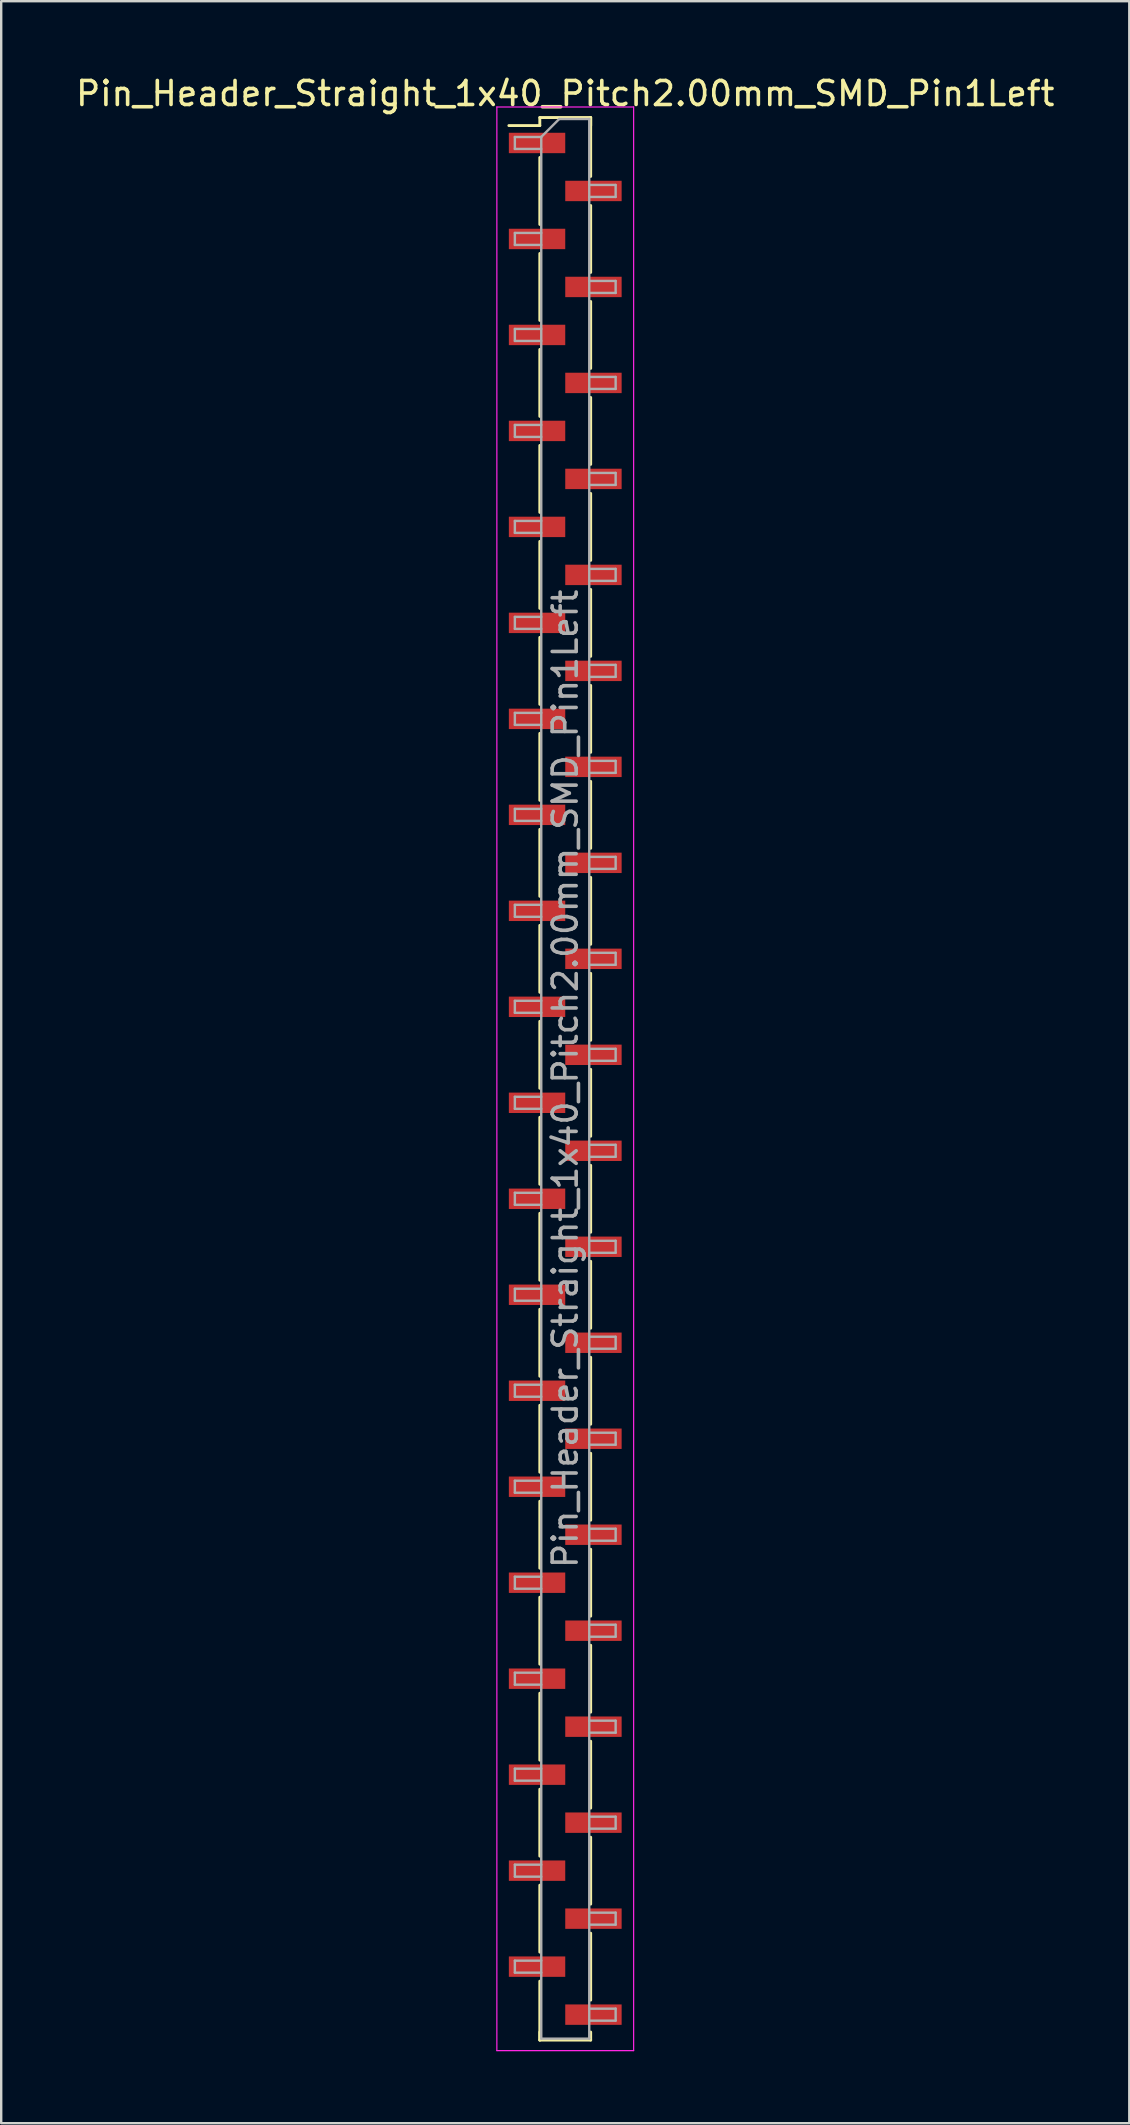
<source format=kicad_pcb>
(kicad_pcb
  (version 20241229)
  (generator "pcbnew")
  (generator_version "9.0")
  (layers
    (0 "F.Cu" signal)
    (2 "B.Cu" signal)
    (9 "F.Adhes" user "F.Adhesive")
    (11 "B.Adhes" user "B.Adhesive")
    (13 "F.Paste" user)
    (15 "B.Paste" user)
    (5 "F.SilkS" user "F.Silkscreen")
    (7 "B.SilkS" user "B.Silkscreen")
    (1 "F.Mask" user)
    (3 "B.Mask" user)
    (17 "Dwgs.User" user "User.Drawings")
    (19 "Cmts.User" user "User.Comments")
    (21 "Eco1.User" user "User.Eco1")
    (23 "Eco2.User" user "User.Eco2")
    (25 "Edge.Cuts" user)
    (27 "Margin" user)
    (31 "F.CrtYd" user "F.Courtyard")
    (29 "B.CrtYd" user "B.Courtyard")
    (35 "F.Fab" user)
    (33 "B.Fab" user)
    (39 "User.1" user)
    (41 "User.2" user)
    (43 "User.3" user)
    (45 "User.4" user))
  (footprint "Pin_Header_Straight_1x40_Pitch2.00mm_SMD_Pin1Left"
    (layer "F.Cu")
    (at 20.506 41.908)
    (property "Reference" "Pin_Header_Straight_1x40_Pitch2.00mm_SMD_Pin1Left" (at 0 -41.06 0) (layer "F.SilkS") (effects (font (size 1 1) (thickness 0.15))))
    (attr smd)
    (fp_line (start -1.06 -40.06) (end 1.06 -40.06) (stroke (width 0.12) (type solid)) (layer "F.SilkS"))
    (fp_line (start -1.06 -39.725) (end -2.35 -39.725) (stroke (width 0.12) (type solid)) (layer "F.SilkS"))
    (fp_line (start -1.06 -39.725) (end -1.06 -40.06) (stroke (width 0.12) (type solid)) (layer "F.SilkS"))
    (fp_line (start -1.06 -38.395) (end -1.06 -35.605) (stroke (width 0.12) (type solid)) (layer "F.SilkS"))
    (fp_line (start -1.06 -34.395) (end -1.06 -31.605) (stroke (width 0.12) (type solid)) (layer "F.SilkS"))
    (fp_line (start -1.06 -30.395) (end -1.06 -27.605) (stroke (width 0.12) (type solid)) (layer "F.SilkS"))
    (fp_line (start -1.06 -26.395) (end -1.06 -23.605) (stroke (width 0.12) (type solid)) (layer "F.SilkS"))
    (fp_line (start -1.06 -22.395) (end -1.06 -19.605) (stroke (width 0.12) (type solid)) (layer "F.SilkS"))
    (fp_line (start -1.06 -18.395) (end -1.06 -15.605) (stroke (width 0.12) (type solid)) (layer "F.SilkS"))
    (fp_line (start -1.06 -14.395) (end -1.06 -11.605) (stroke (width 0.12) (type solid)) (layer "F.SilkS"))
    (fp_line (start -1.06 -10.395) (end -1.06 -7.605) (stroke (width 0.12) (type solid)) (layer "F.SilkS"))
    (fp_line (start -1.06 -6.395) (end -1.06 -3.605) (stroke (width 0.12) (type solid)) (layer "F.SilkS"))
    (fp_line (start -1.06 -2.395) (end -1.06 0.395) (stroke (width 0.12) (type solid)) (layer "F.SilkS"))
    (fp_line (start -1.06 1.605) (end -1.06 4.395) (stroke (width 0.12) (type solid)) (layer "F.SilkS"))
    (fp_line (start -1.06 5.605) (end -1.06 8.395) (stroke (width 0.12) (type solid)) (layer "F.SilkS"))
    (fp_line (start -1.06 9.605) (end -1.06 12.395) (stroke (width 0.12) (type solid)) (layer "F.SilkS"))
    (fp_line (start -1.06 13.605) (end -1.06 16.395) (stroke (width 0.12) (type solid)) (layer "F.SilkS"))
    (fp_line (start -1.06 17.605) (end -1.06 20.395) (stroke (width 0.12) (type solid)) (layer "F.SilkS"))
    (fp_line (start -1.06 21.605) (end -1.06 24.395) (stroke (width 0.12) (type solid)) (layer "F.SilkS"))
    (fp_line (start -1.06 25.605) (end -1.06 28.395) (stroke (width 0.12) (type solid)) (layer "F.SilkS"))
    (fp_line (start -1.06 29.605) (end -1.06 32.395) (stroke (width 0.12) (type solid)) (layer "F.SilkS"))
    (fp_line (start -1.06 33.605) (end -1.06 36.395) (stroke (width 0.12) (type solid)) (layer "F.SilkS"))
    (fp_line (start -1.06 37.605) (end -1.06 40.06) (stroke (width 0.12) (type solid)) (layer "F.SilkS"))
    (fp_line (start -1.06 39.725) (end -1.06 40.06) (stroke (width 0.12) (type solid)) (layer "F.SilkS"))
    (fp_line (start -1.06 40.06) (end 1.06 40.06) (stroke (width 0.12) (type solid)) (layer "F.SilkS"))
    (fp_line (start 1.06 -40.06) (end 1.06 -39.725) (stroke (width 0.12) (type solid)) (layer "F.SilkS"))
    (fp_line (start 1.06 -40.06) (end 1.06 -37.605) (stroke (width 0.12) (type solid)) (layer "F.SilkS"))
    (fp_line (start 1.06 -36.395) (end 1.06 -33.605) (stroke (width 0.12) (type solid)) (layer "F.SilkS"))
    (fp_line (start 1.06 -32.395) (end 1.06 -29.605) (stroke (width 0.12) (type solid)) (layer "F.SilkS"))
    (fp_line (start 1.06 -28.395) (end 1.06 -25.605) (stroke (width 0.12) (type solid)) (layer "F.SilkS"))
    (fp_line (start 1.06 -24.395) (end 1.06 -21.605) (stroke (width 0.12) (type solid)) (layer "F.SilkS"))
    (fp_line (start 1.06 -20.395) (end 1.06 -17.605) (stroke (width 0.12) (type solid)) (layer "F.SilkS"))
    (fp_line (start 1.06 -16.395) (end 1.06 -13.605) (stroke (width 0.12) (type solid)) (layer "F.SilkS"))
    (fp_line (start 1.06 -12.395) (end 1.06 -9.605) (stroke (width 0.12) (type solid)) (layer "F.SilkS"))
    (fp_line (start 1.06 -8.395) (end 1.06 -5.605) (stroke (width 0.12) (type solid)) (layer "F.SilkS"))
    (fp_line (start 1.06 -4.395) (end 1.06 -1.605) (stroke (width 0.12) (type solid)) (layer "F.SilkS"))
    (fp_line (start 1.06 -0.395) (end 1.06 2.395) (stroke (width 0.12) (type solid)) (layer "F.SilkS"))
    (fp_line (start 1.06 3.605) (end 1.06 6.395) (stroke (width 0.12) (type solid)) (layer "F.SilkS"))
    (fp_line (start 1.06 7.605) (end 1.06 10.395) (stroke (width 0.12) (type solid)) (layer "F.SilkS"))
    (fp_line (start 1.06 11.605) (end 1.06 14.395) (stroke (width 0.12) (type solid)) (layer "F.SilkS"))
    (fp_line (start 1.06 15.605) (end 1.06 18.395) (stroke (width 0.12) (type solid)) (layer "F.SilkS"))
    (fp_line (start 1.06 19.605) (end 1.06 22.395) (stroke (width 0.12) (type solid)) (layer "F.SilkS"))
    (fp_line (start 1.06 23.605) (end 1.06 26.395) (stroke (width 0.12) (type solid)) (layer "F.SilkS"))
    (fp_line (start 1.06 27.605) (end 1.06 30.395) (stroke (width 0.12) (type solid)) (layer "F.SilkS"))
    (fp_line (start 1.06 31.605) (end 1.06 34.395) (stroke (width 0.12) (type solid)) (layer "F.SilkS"))
    (fp_line (start 1.06 35.605) (end 1.06 38.395) (stroke (width 0.12) (type solid)) (layer "F.SilkS"))
    (fp_line (start 1.06 40.06) (end 1.06 39.725) (stroke (width 0.12) (type solid)) (layer "F.SilkS"))
    (fp_line (start -2.85 -40.5) (end -2.85 40.5) (stroke (width 0.05) (type solid)) (layer "F.CrtYd"))
    (fp_line (start -2.85 40.5) (end 2.85 40.5) (stroke (width 0.05) (type solid)) (layer "F.CrtYd"))
    (fp_line (start 2.85 -40.5) (end -2.85 -40.5) (stroke (width 0.05) (type solid)) (layer "F.CrtYd"))
    (fp_line (start 2.85 40.5) (end 2.85 -40.5) (stroke (width 0.05) (type solid)) (layer "F.CrtYd"))
    (fp_line (start -2.1 -39.25) (end -2.1 -38.75) (stroke (width 0.1) (type solid)) (layer "F.Fab"))
    (fp_line (start -2.1 -38.75) (end -1 -38.75) (stroke (width 0.1) (type solid)) (layer "F.Fab"))
    (fp_line (start -2.1 -35.25) (end -2.1 -34.75) (stroke (width 0.1) (type solid)) (layer "F.Fab"))
    (fp_line (start -2.1 -34.75) (end -1 -34.75) (stroke (width 0.1) (type solid)) (layer "F.Fab"))
    (fp_line (start -2.1 -31.25) (end -2.1 -30.75) (stroke (width 0.1) (type solid)) (layer "F.Fab"))
    (fp_line (start -2.1 -30.75) (end -1 -30.75) (stroke (width 0.1) (type solid)) (layer "F.Fab"))
    (fp_line (start -2.1 -27.25) (end -2.1 -26.75) (stroke (width 0.1) (type solid)) (layer "F.Fab"))
    (fp_line (start -2.1 -26.75) (end -1 -26.75) (stroke (width 0.1) (type solid)) (layer "F.Fab"))
    (fp_line (start -2.1 -23.25) (end -2.1 -22.75) (stroke (width 0.1) (type solid)) (layer "F.Fab"))
    (fp_line (start -2.1 -22.75) (end -1 -22.75) (stroke (width 0.1) (type solid)) (layer "F.Fab"))
    (fp_line (start -2.1 -19.25) (end -2.1 -18.75) (stroke (width 0.1) (type solid)) (layer "F.Fab"))
    (fp_line (start -2.1 -18.75) (end -1 -18.75) (stroke (width 0.1) (type solid)) (layer "F.Fab"))
    (fp_line (start -2.1 -15.25) (end -2.1 -14.75) (stroke (width 0.1) (type solid)) (layer "F.Fab"))
    (fp_line (start -2.1 -14.75) (end -1 -14.75) (stroke (width 0.1) (type solid)) (layer "F.Fab"))
    (fp_line (start -2.1 -11.25) (end -2.1 -10.75) (stroke (width 0.1) (type solid)) (layer "F.Fab"))
    (fp_line (start -2.1 -10.75) (end -1 -10.75) (stroke (width 0.1) (type solid)) (layer "F.Fab"))
    (fp_line (start -2.1 -7.25) (end -2.1 -6.75) (stroke (width 0.1) (type solid)) (layer "F.Fab"))
    (fp_line (start -2.1 -6.75) (end -1 -6.75) (stroke (width 0.1) (type solid)) (layer "F.Fab"))
    (fp_line (start -2.1 -3.25) (end -2.1 -2.75) (stroke (width 0.1) (type solid)) (layer "F.Fab"))
    (fp_line (start -2.1 -2.75) (end -1 -2.75) (stroke (width 0.1) (type solid)) (layer "F.Fab"))
    (fp_line (start -2.1 0.75) (end -2.1 1.25) (stroke (width 0.1) (type solid)) (layer "F.Fab"))
    (fp_line (start -2.1 1.25) (end -1 1.25) (stroke (width 0.1) (type solid)) (layer "F.Fab"))
    (fp_line (start -2.1 4.75) (end -2.1 5.25) (stroke (width 0.1) (type solid)) (layer "F.Fab"))
    (fp_line (start -2.1 5.25) (end -1 5.25) (stroke (width 0.1) (type solid)) (layer "F.Fab"))
    (fp_line (start -2.1 8.75) (end -2.1 9.25) (stroke (width 0.1) (type solid)) (layer "F.Fab"))
    (fp_line (start -2.1 9.25) (end -1 9.25) (stroke (width 0.1) (type solid)) (layer "F.Fab"))
    (fp_line (start -2.1 12.75) (end -2.1 13.25) (stroke (width 0.1) (type solid)) (layer "F.Fab"))
    (fp_line (start -2.1 13.25) (end -1 13.25) (stroke (width 0.1) (type solid)) (layer "F.Fab"))
    (fp_line (start -2.1 16.75) (end -2.1 17.25) (stroke (width 0.1) (type solid)) (layer "F.Fab"))
    (fp_line (start -2.1 17.25) (end -1 17.25) (stroke (width 0.1) (type solid)) (layer "F.Fab"))
    (fp_line (start -2.1 20.75) (end -2.1 21.25) (stroke (width 0.1) (type solid)) (layer "F.Fab"))
    (fp_line (start -2.1 21.25) (end -1 21.25) (stroke (width 0.1) (type solid)) (layer "F.Fab"))
    (fp_line (start -2.1 24.75) (end -2.1 25.25) (stroke (width 0.1) (type solid)) (layer "F.Fab"))
    (fp_line (start -2.1 25.25) (end -1 25.25) (stroke (width 0.1) (type solid)) (layer "F.Fab"))
    (fp_line (start -2.1 28.75) (end -2.1 29.25) (stroke (width 0.1) (type solid)) (layer "F.Fab"))
    (fp_line (start -2.1 29.25) (end -1 29.25) (stroke (width 0.1) (type solid)) (layer "F.Fab"))
    (fp_line (start -2.1 32.75) (end -2.1 33.25) (stroke (width 0.1) (type solid)) (layer "F.Fab"))
    (fp_line (start -2.1 33.25) (end -1 33.25) (stroke (width 0.1) (type solid)) (layer "F.Fab"))
    (fp_line (start -2.1 36.75) (end -2.1 37.25) (stroke (width 0.1) (type solid)) (layer "F.Fab"))
    (fp_line (start -2.1 37.25) (end -1 37.25) (stroke (width 0.1) (type solid)) (layer "F.Fab"))
    (fp_line (start -1 -39.25) (end -2.1 -39.25) (stroke (width 0.1) (type solid)) (layer "F.Fab"))
    (fp_line (start -1 -39.25) (end -0.25 -40) (stroke (width 0.1) (type solid)) (layer "F.Fab"))
    (fp_line (start -1 -35.25) (end -2.1 -35.25) (stroke (width 0.1) (type solid)) (layer "F.Fab"))
    (fp_line (start -1 -31.25) (end -2.1 -31.25) (stroke (width 0.1) (type solid)) (layer "F.Fab"))
    (fp_line (start -1 -27.25) (end -2.1 -27.25) (stroke (width 0.1) (type solid)) (layer "F.Fab"))
    (fp_line (start -1 -23.25) (end -2.1 -23.25) (stroke (width 0.1) (type solid)) (layer "F.Fab"))
    (fp_line (start -1 -19.25) (end -2.1 -19.25) (stroke (width 0.1) (type solid)) (layer "F.Fab"))
    (fp_line (start -1 -15.25) (end -2.1 -15.25) (stroke (width 0.1) (type solid)) (layer "F.Fab"))
    (fp_line (start -1 -11.25) (end -2.1 -11.25) (stroke (width 0.1) (type solid)) (layer "F.Fab"))
    (fp_line (start -1 -7.25) (end -2.1 -7.25) (stroke (width 0.1) (type solid)) (layer "F.Fab"))
    (fp_line (start -1 -3.25) (end -2.1 -3.25) (stroke (width 0.1) (type solid)) (layer "F.Fab"))
    (fp_line (start -1 0.75) (end -2.1 0.75) (stroke (width 0.1) (type solid)) (layer "F.Fab"))
    (fp_line (start -1 4.75) (end -2.1 4.75) (stroke (width 0.1) (type solid)) (layer "F.Fab"))
    (fp_line (start -1 8.75) (end -2.1 8.75) (stroke (width 0.1) (type solid)) (layer "F.Fab"))
    (fp_line (start -1 12.75) (end -2.1 12.75) (stroke (width 0.1) (type solid)) (layer "F.Fab"))
    (fp_line (start -1 16.75) (end -2.1 16.75) (stroke (width 0.1) (type solid)) (layer "F.Fab"))
    (fp_line (start -1 20.75) (end -2.1 20.75) (stroke (width 0.1) (type solid)) (layer "F.Fab"))
    (fp_line (start -1 24.75) (end -2.1 24.75) (stroke (width 0.1) (type solid)) (layer "F.Fab"))
    (fp_line (start -1 28.75) (end -2.1 28.75) (stroke (width 0.1) (type solid)) (layer "F.Fab"))
    (fp_line (start -1 32.75) (end -2.1 32.75) (stroke (width 0.1) (type solid)) (layer "F.Fab"))
    (fp_line (start -1 36.75) (end -2.1 36.75) (stroke (width 0.1) (type solid)) (layer "F.Fab"))
    (fp_line (start -1 40) (end -1 -39.25) (stroke (width 0.1) (type solid)) (layer "F.Fab"))
    (fp_line (start -0.25 -40) (end 1 -40) (stroke (width 0.1) (type solid)) (layer "F.Fab"))
    (fp_line (start 1 -40) (end 1 40) (stroke (width 0.1) (type solid)) (layer "F.Fab"))
    (fp_line (start 1 -37.25) (end 2.1 -37.25) (stroke (width 0.1) (type solid)) (layer "F.Fab"))
    (fp_line (start 1 -33.25) (end 2.1 -33.25) (stroke (width 0.1) (type solid)) (layer "F.Fab"))
    (fp_line (start 1 -29.25) (end 2.1 -29.25) (stroke (width 0.1) (type solid)) (layer "F.Fab"))
    (fp_line (start 1 -25.25) (end 2.1 -25.25) (stroke (width 0.1) (type solid)) (layer "F.Fab"))
    (fp_line (start 1 -21.25) (end 2.1 -21.25) (stroke (width 0.1) (type solid)) (layer "F.Fab"))
    (fp_line (start 1 -17.25) (end 2.1 -17.25) (stroke (width 0.1) (type solid)) (layer "F.Fab"))
    (fp_line (start 1 -13.25) (end 2.1 -13.25) (stroke (width 0.1) (type solid)) (layer "F.Fab"))
    (fp_line (start 1 -9.25) (end 2.1 -9.25) (stroke (width 0.1) (type solid)) (layer "F.Fab"))
    (fp_line (start 1 -5.25) (end 2.1 -5.25) (stroke (width 0.1) (type solid)) (layer "F.Fab"))
    (fp_line (start 1 -1.25) (end 2.1 -1.25) (stroke (width 0.1) (type solid)) (layer "F.Fab"))
    (fp_line (start 1 2.75) (end 2.1 2.75) (stroke (width 0.1) (type solid)) (layer "F.Fab"))
    (fp_line (start 1 6.75) (end 2.1 6.75) (stroke (width 0.1) (type solid)) (layer "F.Fab"))
    (fp_line (start 1 10.75) (end 2.1 10.75) (stroke (width 0.1) (type solid)) (layer "F.Fab"))
    (fp_line (start 1 14.75) (end 2.1 14.75) (stroke (width 0.1) (type solid)) (layer "F.Fab"))
    (fp_line (start 1 18.75) (end 2.1 18.75) (stroke (width 0.1) (type solid)) (layer "F.Fab"))
    (fp_line (start 1 22.75) (end 2.1 22.75) (stroke (width 0.1) (type solid)) (layer "F.Fab"))
    (fp_line (start 1 26.75) (end 2.1 26.75) (stroke (width 0.1) (type solid)) (layer "F.Fab"))
    (fp_line (start 1 30.75) (end 2.1 30.75) (stroke (width 0.1) (type solid)) (layer "F.Fab"))
    (fp_line (start 1 34.75) (end 2.1 34.75) (stroke (width 0.1) (type solid)) (layer "F.Fab"))
    (fp_line (start 1 38.75) (end 2.1 38.75) (stroke (width 0.1) (type solid)) (layer "F.Fab"))
    (fp_line (start 1 40) (end -1 40) (stroke (width 0.1) (type solid)) (layer "F.Fab"))
    (fp_line (start 2.1 -37.25) (end 2.1 -36.75) (stroke (width 0.1) (type solid)) (layer "F.Fab"))
    (fp_line (start 2.1 -36.75) (end 1 -36.75) (stroke (width 0.1) (type solid)) (layer "F.Fab"))
    (fp_line (start 2.1 -33.25) (end 2.1 -32.75) (stroke (width 0.1) (type solid)) (layer "F.Fab"))
    (fp_line (start 2.1 -32.75) (end 1 -32.75) (stroke (width 0.1) (type solid)) (layer "F.Fab"))
    (fp_line (start 2.1 -29.25) (end 2.1 -28.75) (stroke (width 0.1) (type solid)) (layer "F.Fab"))
    (fp_line (start 2.1 -28.75) (end 1 -28.75) (stroke (width 0.1) (type solid)) (layer "F.Fab"))
    (fp_line (start 2.1 -25.25) (end 2.1 -24.75) (stroke (width 0.1) (type solid)) (layer "F.Fab"))
    (fp_line (start 2.1 -24.75) (end 1 -24.75) (stroke (width 0.1) (type solid)) (layer "F.Fab"))
    (fp_line (start 2.1 -21.25) (end 2.1 -20.75) (stroke (width 0.1) (type solid)) (layer "F.Fab"))
    (fp_line (start 2.1 -20.75) (end 1 -20.75) (stroke (width 0.1) (type solid)) (layer "F.Fab"))
    (fp_line (start 2.1 -17.25) (end 2.1 -16.75) (stroke (width 0.1) (type solid)) (layer "F.Fab"))
    (fp_line (start 2.1 -16.75) (end 1 -16.75) (stroke (width 0.1) (type solid)) (layer "F.Fab"))
    (fp_line (start 2.1 -13.25) (end 2.1 -12.75) (stroke (width 0.1) (type solid)) (layer "F.Fab"))
    (fp_line (start 2.1 -12.75) (end 1 -12.75) (stroke (width 0.1) (type solid)) (layer "F.Fab"))
    (fp_line (start 2.1 -9.25) (end 2.1 -8.75) (stroke (width 0.1) (type solid)) (layer "F.Fab"))
    (fp_line (start 2.1 -8.75) (end 1 -8.75) (stroke (width 0.1) (type solid)) (layer "F.Fab"))
    (fp_line (start 2.1 -5.25) (end 2.1 -4.75) (stroke (width 0.1) (type solid)) (layer "F.Fab"))
    (fp_line (start 2.1 -4.75) (end 1 -4.75) (stroke (width 0.1) (type solid)) (layer "F.Fab"))
    (fp_line (start 2.1 -1.25) (end 2.1 -0.75) (stroke (width 0.1) (type solid)) (layer "F.Fab"))
    (fp_line (start 2.1 -0.75) (end 1 -0.75) (stroke (width 0.1) (type solid)) (layer "F.Fab"))
    (fp_line (start 2.1 2.75) (end 2.1 3.25) (stroke (width 0.1) (type solid)) (layer "F.Fab"))
    (fp_line (start 2.1 3.25) (end 1 3.25) (stroke (width 0.1) (type solid)) (layer "F.Fab"))
    (fp_line (start 2.1 6.75) (end 2.1 7.25) (stroke (width 0.1) (type solid)) (layer "F.Fab"))
    (fp_line (start 2.1 7.25) (end 1 7.25) (stroke (width 0.1) (type solid)) (layer "F.Fab"))
    (fp_line (start 2.1 10.75) (end 2.1 11.25) (stroke (width 0.1) (type solid)) (layer "F.Fab"))
    (fp_line (start 2.1 11.25) (end 1 11.25) (stroke (width 0.1) (type solid)) (layer "F.Fab"))
    (fp_line (start 2.1 14.75) (end 2.1 15.25) (stroke (width 0.1) (type solid)) (layer "F.Fab"))
    (fp_line (start 2.1 15.25) (end 1 15.25) (stroke (width 0.1) (type solid)) (layer "F.Fab"))
    (fp_line (start 2.1 18.75) (end 2.1 19.25) (stroke (width 0.1) (type solid)) (layer "F.Fab"))
    (fp_line (start 2.1 19.25) (end 1 19.25) (stroke (width 0.1) (type solid)) (layer "F.Fab"))
    (fp_line (start 2.1 22.75) (end 2.1 23.25) (stroke (width 0.1) (type solid)) (layer "F.Fab"))
    (fp_line (start 2.1 23.25) (end 1 23.25) (stroke (width 0.1) (type solid)) (layer "F.Fab"))
    (fp_line (start 2.1 26.75) (end 2.1 27.25) (stroke (width 0.1) (type solid)) (layer "F.Fab"))
    (fp_line (start 2.1 27.25) (end 1 27.25) (stroke (width 0.1) (type solid)) (layer "F.Fab"))
    (fp_line (start 2.1 30.75) (end 2.1 31.25) (stroke (width 0.1) (type solid)) (layer "F.Fab"))
    (fp_line (start 2.1 31.25) (end 1 31.25) (stroke (width 0.1) (type solid)) (layer "F.Fab"))
    (fp_line (start 2.1 34.75) (end 2.1 35.25) (stroke (width 0.1) (type solid)) (layer "F.Fab"))
    (fp_line (start 2.1 35.25) (end 1 35.25) (stroke (width 0.1) (type solid)) (layer "F.Fab"))
    (fp_line (start 2.1 38.75) (end 2.1 39.25) (stroke (width 0.1) (type solid)) (layer "F.Fab"))
    (fp_line (start 2.1 39.25) (end 1 39.25) (stroke (width 0.1) (type solid)) (layer "F.Fab"))
    (fp_text user "${REFERENCE}" (at 0 0 90) (layer "F.Fab") (effects (font (size 1 1) (thickness 0.15))))
    (pad "1" smd rect (at -1.175 -39) (size 2.35 0.85) (layers "F.Cu" "F.Mask" "F.Paste"))
    (pad "2" smd rect (at 1.175 -37) (size 2.35 0.85) (layers "F.Cu" "F.Mask" "F.Paste"))
    (pad "3" smd rect (at -1.175 -35) (size 2.35 0.85) (layers "F.Cu" "F.Mask" "F.Paste"))
    (pad "4" smd rect (at 1.175 -33) (size 2.35 0.85) (layers "F.Cu" "F.Mask" "F.Paste"))
    (pad "5" smd rect (at -1.175 -31) (size 2.35 0.85) (layers "F.Cu" "F.Mask" "F.Paste"))
    (pad "6" smd rect (at 1.175 -29) (size 2.35 0.85) (layers "F.Cu" "F.Mask" "F.Paste"))
    (pad "7" smd rect (at -1.175 -27) (size 2.35 0.85) (layers "F.Cu" "F.Mask" "F.Paste"))
    (pad "8" smd rect (at 1.175 -25) (size 2.35 0.85) (layers "F.Cu" "F.Mask" "F.Paste"))
    (pad "9" smd rect (at -1.175 -23) (size 2.35 0.85) (layers "F.Cu" "F.Mask" "F.Paste"))
    (pad "10" smd rect (at 1.175 -21) (size 2.35 0.85) (layers "F.Cu" "F.Mask" "F.Paste"))
    (pad "11" smd rect (at -1.175 -19) (size 2.35 0.85) (layers "F.Cu" "F.Mask" "F.Paste"))
    (pad "12" smd rect (at 1.175 -17) (size 2.35 0.85) (layers "F.Cu" "F.Mask" "F.Paste"))
    (pad "13" smd rect (at -1.175 -15) (size 2.35 0.85) (layers "F.Cu" "F.Mask" "F.Paste"))
    (pad "14" smd rect (at 1.175 -13) (size 2.35 0.85) (layers "F.Cu" "F.Mask" "F.Paste"))
    (pad "15" smd rect (at -1.175 -11) (size 2.35 0.85) (layers "F.Cu" "F.Mask" "F.Paste"))
    (pad "16" smd rect (at 1.175 -9) (size 2.35 0.85) (layers "F.Cu" "F.Mask" "F.Paste"))
    (pad "17" smd rect (at -1.175 -7) (size 2.35 0.85) (layers "F.Cu" "F.Mask" "F.Paste"))
    (pad "18" smd rect (at 1.175 -5) (size 2.35 0.85) (layers "F.Cu" "F.Mask" "F.Paste"))
    (pad "19" smd rect (at -1.175 -3) (size 2.35 0.85) (layers "F.Cu" "F.Mask" "F.Paste"))
    (pad "20" smd rect (at 1.175 -1) (size 2.35 0.85) (layers "F.Cu" "F.Mask" "F.Paste"))
    (pad "21" smd rect (at -1.175 1) (size 2.35 0.85) (layers "F.Cu" "F.Mask" "F.Paste"))
    (pad "22" smd rect (at 1.175 3) (size 2.35 0.85) (layers "F.Cu" "F.Mask" "F.Paste"))
    (pad "23" smd rect (at -1.175 5) (size 2.35 0.85) (layers "F.Cu" "F.Mask" "F.Paste"))
    (pad "24" smd rect (at 1.175 7) (size 2.35 0.85) (layers "F.Cu" "F.Mask" "F.Paste"))
    (pad "25" smd rect (at -1.175 9) (size 2.35 0.85) (layers "F.Cu" "F.Mask" "F.Paste"))
    (pad "26" smd rect (at 1.175 11) (size 2.35 0.85) (layers "F.Cu" "F.Mask" "F.Paste"))
    (pad "27" smd rect (at -1.175 13) (size 2.35 0.85) (layers "F.Cu" "F.Mask" "F.Paste"))
    (pad "28" smd rect (at 1.175 15) (size 2.35 0.85) (layers "F.Cu" "F.Mask" "F.Paste"))
    (pad "29" smd rect (at -1.175 17) (size 2.35 0.85) (layers "F.Cu" "F.Mask" "F.Paste"))
    (pad "30" smd rect (at 1.175 19) (size 2.35 0.85) (layers "F.Cu" "F.Mask" "F.Paste"))
    (pad "31" smd rect (at -1.175 21) (size 2.35 0.85) (layers "F.Cu" "F.Mask" "F.Paste"))
    (pad "32" smd rect (at 1.175 23) (size 2.35 0.85) (layers "F.Cu" "F.Mask" "F.Paste"))
    (pad "33" smd rect (at -1.175 25) (size 2.35 0.85) (layers "F.Cu" "F.Mask" "F.Paste"))
    (pad "34" smd rect (at 1.175 27) (size 2.35 0.85) (layers "F.Cu" "F.Mask" "F.Paste"))
    (pad "35" smd rect (at -1.175 29) (size 2.35 0.85) (layers "F.Cu" "F.Mask" "F.Paste"))
    (pad "36" smd rect (at 1.175 31) (size 2.35 0.85) (layers "F.Cu" "F.Mask" "F.Paste"))
    (pad "37" smd rect (at -1.175 33) (size 2.35 0.85) (layers "F.Cu" "F.Mask" "F.Paste"))
    (pad "38" smd rect (at 1.175 35) (size 2.35 0.85) (layers "F.Cu" "F.Mask" "F.Paste"))
    (pad "39" smd rect (at -1.175 37) (size 2.35 0.85) (layers "F.Cu" "F.Mask" "F.Paste"))
    (pad "40" smd rect (at 1.175 39) (size 2.35 0.85) (layers "F.Cu" "F.Mask" "F.Paste")))
  (gr_rect
    (start -3 -3)
    (end 44.012 85.433)
    (stroke (width 0.1) (type default))
    (fill no)
    (layer "Edge.Cuts")))
</source>
